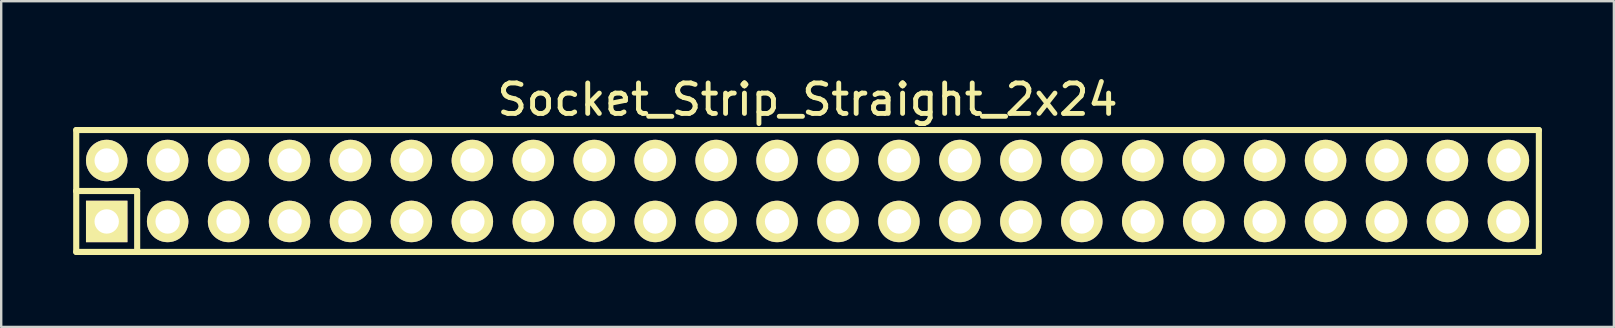
<source format=kicad_pcb>
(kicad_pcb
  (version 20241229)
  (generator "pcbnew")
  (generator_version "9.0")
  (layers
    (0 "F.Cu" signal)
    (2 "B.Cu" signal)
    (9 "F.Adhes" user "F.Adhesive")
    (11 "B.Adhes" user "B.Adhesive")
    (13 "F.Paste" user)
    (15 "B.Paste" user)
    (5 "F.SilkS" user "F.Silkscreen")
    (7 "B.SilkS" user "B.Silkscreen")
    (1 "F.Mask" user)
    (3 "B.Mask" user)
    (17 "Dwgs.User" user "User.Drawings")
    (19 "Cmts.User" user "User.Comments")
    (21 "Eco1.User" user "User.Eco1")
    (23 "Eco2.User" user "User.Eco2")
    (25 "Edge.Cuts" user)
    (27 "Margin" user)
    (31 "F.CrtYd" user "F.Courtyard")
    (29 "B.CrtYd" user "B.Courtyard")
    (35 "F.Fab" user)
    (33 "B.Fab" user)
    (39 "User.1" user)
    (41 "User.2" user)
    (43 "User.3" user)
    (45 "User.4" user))
  (footprint "Socket_Strip_Straight_2x24"
    (layer "F.Cu")
    (at 30.607 4.91)
    (property "Reference" "Socket_Strip_Straight_2x24" (at 0 -3.81 0) (layer "F.SilkS") (effects (font (size 1.27 1.27) (thickness 0.203))))
    (attr through_hole)
    (fp_line (start -30.48 -2.54) (end -30.48 0) (stroke (width 0.254) (type solid)) (layer "F.SilkS"))
    (fp_line (start -30.48 0) (end -27.94 0) (stroke (width 0.254) (type solid)) (layer "F.SilkS"))
    (fp_line (start -30.48 2.54) (end -30.48 0) (stroke (width 0.254) (type solid)) (layer "F.SilkS"))
    (fp_line (start -30.48 2.54) (end -27.94 2.54) (stroke (width 0.254) (type solid)) (layer "F.SilkS"))
    (fp_line (start -27.94 0) (end -27.94 2.54) (stroke (width 0.254) (type solid)) (layer "F.SilkS"))
    (fp_line (start -27.94 2.54) (end 30.48 2.54) (stroke (width 0.254) (type solid)) (layer "F.SilkS"))
    (fp_line (start 30.48 -2.54) (end -30.48 -2.54) (stroke (width 0.254) (type solid)) (layer "F.SilkS"))
    (fp_line (start 30.48 -2.54) (end 30.48 2.54) (stroke (width 0.254) (type solid)) (layer "F.SilkS"))
    (pad "1" thru_hole rect (at -29.21 1.27) (size 1.727 1.727) (drill 1.016) (layers "*.Cu" "*.Mask" "F.SilkS"))
    (pad "2" thru_hole oval (at -26.67 1.27) (size 1.727 1.727) (drill 1.016) (layers "*.Cu" "*.Mask" "F.SilkS"))
    (pad "3" thru_hole oval (at -24.13 1.27) (size 1.727 1.727) (drill 1.016) (layers "*.Cu" "*.Mask" "F.SilkS"))
    (pad "4" thru_hole oval (at -21.59 1.27) (size 1.727 1.727) (drill 1.016) (layers "*.Cu" "*.Mask" "F.SilkS"))
    (pad "5" thru_hole oval (at -19.05 1.27) (size 1.727 1.727) (drill 1.016) (layers "*.Cu" "*.Mask" "F.SilkS"))
    (pad "6" thru_hole oval (at -16.51 1.27) (size 1.727 1.727) (drill 1.016) (layers "*.Cu" "*.Mask" "F.SilkS"))
    (pad "7" thru_hole oval (at -13.97 1.27) (size 1.727 1.727) (drill 1.016) (layers "*.Cu" "*.Mask" "F.SilkS"))
    (pad "8" thru_hole oval (at -11.43 1.27) (size 1.727 1.727) (drill 1.016) (layers "*.Cu" "*.Mask" "F.SilkS"))
    (pad "9" thru_hole oval (at -8.89 1.27) (size 1.727 1.727) (drill 1.016) (layers "*.Cu" "*.Mask" "F.SilkS"))
    (pad "10" thru_hole oval (at -6.35 1.27) (size 1.727 1.727) (drill 1.016) (layers "*.Cu" "*.Mask" "F.SilkS"))
    (pad "11" thru_hole oval (at -3.81 1.27) (size 1.727 1.727) (drill 1.016) (layers "*.Cu" "*.Mask" "F.SilkS"))
    (pad "12" thru_hole oval (at -1.27 1.27) (size 1.727 1.727) (drill 1.016) (layers "*.Cu" "*.Mask" "F.SilkS"))
    (pad "13" thru_hole oval (at 1.27 1.27) (size 1.727 1.727) (drill 1.016) (layers "*.Cu" "*.Mask" "F.SilkS"))
    (pad "14" thru_hole oval (at 3.81 1.27) (size 1.727 1.727) (drill 1.016) (layers "*.Cu" "*.Mask" "F.SilkS"))
    (pad "15" thru_hole oval (at 6.35 1.27) (size 1.727 1.727) (drill 1.016) (layers "*.Cu" "*.Mask" "F.SilkS"))
    (pad "16" thru_hole oval (at 8.89 1.27) (size 1.727 1.727) (drill 1.016) (layers "*.Cu" "*.Mask" "F.SilkS"))
    (pad "17" thru_hole oval (at 11.43 1.27) (size 1.727 1.727) (drill 1.016) (layers "*.Cu" "*.Mask" "F.SilkS"))
    (pad "18" thru_hole oval (at 13.97 1.27) (size 1.727 1.727) (drill 1.016) (layers "*.Cu" "*.Mask" "F.SilkS"))
    (pad "19" thru_hole oval (at 16.51 1.27) (size 1.727 1.727) (drill 1.016) (layers "*.Cu" "*.Mask" "F.SilkS"))
    (pad "20" thru_hole oval (at 19.05 1.27) (size 1.727 1.727) (drill 1.016) (layers "*.Cu" "*.Mask" "F.SilkS"))
    (pad "21" thru_hole oval (at 21.59 1.27) (size 1.727 1.727) (drill 1.016) (layers "*.Cu" "*.Mask" "F.SilkS"))
    (pad "22" thru_hole oval (at 24.13 1.27) (size 1.727 1.727) (drill 1.016) (layers "*.Cu" "*.Mask" "F.SilkS"))
    (pad "23" thru_hole oval (at 26.67 1.27) (size 1.727 1.727) (drill 1.016) (layers "*.Cu" "*.Mask" "F.SilkS"))
    (pad "24" thru_hole oval (at 29.21 1.27) (size 1.727 1.727) (drill 1.016) (layers "*.Cu" "*.Mask" "F.SilkS"))
    (pad "25" thru_hole oval (at 29.21 -1.27) (size 1.727 1.727) (drill 1.016) (layers "*.Cu" "*.Mask" "F.SilkS"))
    (pad "26" thru_hole oval (at 26.67 -1.27) (size 1.727 1.727) (drill 1.016) (layers "*.Cu" "*.Mask" "F.SilkS"))
    (pad "27" thru_hole oval (at 24.13 -1.27) (size 1.727 1.727) (drill 1.016) (layers "*.Cu" "*.Mask" "F.SilkS"))
    (pad "28" thru_hole oval (at 21.59 -1.27) (size 1.727 1.727) (drill 1.016) (layers "*.Cu" "*.Mask" "F.SilkS"))
    (pad "29" thru_hole oval (at 19.05 -1.27) (size 1.727 1.727) (drill 1.016) (layers "*.Cu" "*.Mask" "F.SilkS"))
    (pad "30" thru_hole oval (at 16.51 -1.27) (size 1.727 1.727) (drill 1.016) (layers "*.Cu" "*.Mask" "F.SilkS"))
    (pad "31" thru_hole oval (at 13.97 -1.27) (size 1.727 1.727) (drill 1.016) (layers "*.Cu" "*.Mask" "F.SilkS"))
    (pad "32" thru_hole oval (at 11.43 -1.27) (size 1.727 1.727) (drill 1.016) (layers "*.Cu" "*.Mask" "F.SilkS"))
    (pad "33" thru_hole oval (at 8.89 -1.27) (size 1.727 1.727) (drill 1.016) (layers "*.Cu" "*.Mask" "F.SilkS"))
    (pad "34" thru_hole oval (at 6.35 -1.27) (size 1.727 1.727) (drill 1.016) (layers "*.Cu" "*.Mask" "F.SilkS"))
    (pad "35" thru_hole oval (at 3.81 -1.27) (size 1.727 1.727) (drill 1.016) (layers "*.Cu" "*.Mask" "F.SilkS"))
    (pad "36" thru_hole oval (at 1.27 -1.27) (size 1.727 1.727) (drill 1.016) (layers "*.Cu" "*.Mask" "F.SilkS"))
    (pad "37" thru_hole oval (at -1.27 -1.27) (size 1.727 1.727) (drill 1.016) (layers "*.Cu" "*.Mask" "F.SilkS"))
    (pad "38" thru_hole oval (at -3.81 -1.27) (size 1.727 1.727) (drill 1.016) (layers "*.Cu" "*.Mask" "F.SilkS"))
    (pad "39" thru_hole oval (at -6.35 -1.27) (size 1.727 1.727) (drill 1.016) (layers "*.Cu" "*.Mask" "F.SilkS"))
    (pad "40" thru_hole oval (at -8.89 -1.27) (size 1.727 1.727) (drill 1.016) (layers "*.Cu" "*.Mask" "F.SilkS"))
    (pad "41" thru_hole oval (at -11.43 -1.27) (size 1.727 1.727) (drill 1.016) (layers "*.Cu" "*.Mask" "F.SilkS"))
    (pad "42" thru_hole oval (at -13.97 -1.27) (size 1.727 1.727) (drill 1.016) (layers "*.Cu" "*.Mask" "F.SilkS"))
    (pad "43" thru_hole oval (at -16.51 -1.27) (size 1.727 1.727) (drill 1.016) (layers "*.Cu" "*.Mask" "F.SilkS"))
    (pad "44" thru_hole oval (at -19.05 -1.27) (size 1.727 1.727) (drill 1.016) (layers "*.Cu" "*.Mask" "F.SilkS"))
    (pad "45" thru_hole oval (at -21.59 -1.27) (size 1.727 1.727) (drill 1.016) (layers "*.Cu" "*.Mask" "F.SilkS"))
    (pad "46" thru_hole oval (at -24.13 -1.27) (size 1.727 1.727) (drill 1.016) (layers "*.Cu" "*.Mask" "F.SilkS"))
    (pad "47" thru_hole oval (at -26.67 -1.27) (size 1.727 1.727) (drill 1.016) (layers "*.Cu" "*.Mask" "F.SilkS"))
    (pad "48" thru_hole oval (at -29.21 -1.27) (size 1.727 1.727) (drill 1.016) (layers "*.Cu" "*.Mask" "F.SilkS")))
  (gr_rect
    (start -3 -3)
    (end 64.214 10.577)
    (stroke (width 0.1) (type default))
    (fill no)
    (layer "Edge.Cuts")))
</source>
